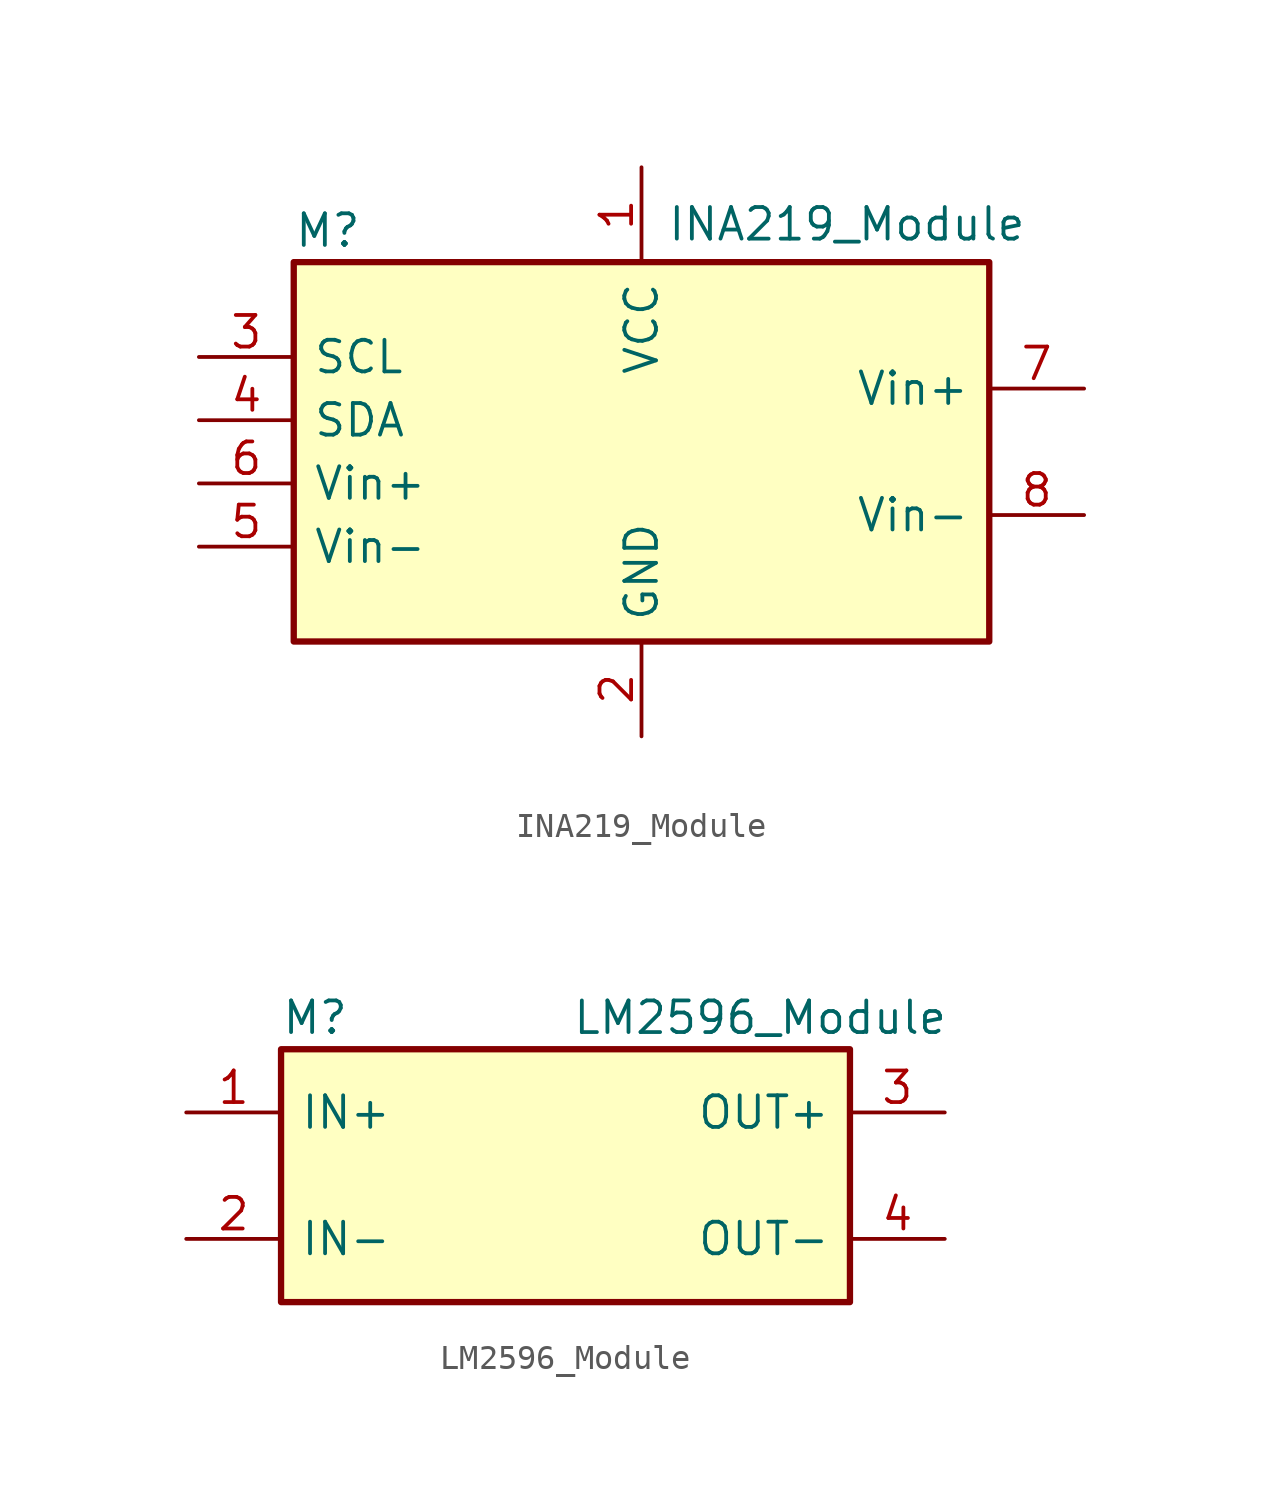
<source format=kicad_sym>
(kicad_symbol_lib
  (version 20241209)
  (generator "kicad_symbol_editor")
  (generator_version "9.0")
  (symbol "INA219_Module"
    (pin_names
      (offset 0.762))
    (property "Reference" "M"
      (at -13.97 8.89 0)
      (effects (font (size 1.27 1.27)) (justify left)))
    (property "Value" "INA219_Module"
      (at 1.016 9.144 0)
      (effects (font (size 1.27 1.27)) (justify left)))
    (symbol "INA219_Module_0_1"
      (rectangle (start -13.97 7.62) (end 13.97 -7.62) (stroke (width 0.254) (type default)) (fill (type background))))
    (symbol "INA219_Module_1_1"
      (pin bidirectional line (at -17.78 3.81 0) (length 3.81) (name "SCL" (effects (font (size 1.27 1.27)))) (number "3" (effects (font (size 1.27 1.27)))))
      (pin bidirectional line (at -17.78 1.27 0) (length 3.81) (name "SDA" (effects (font (size 1.27 1.27)))) (number "4" (effects (font (size 1.27 1.27)))))
      (pin power_in line (at -17.78 -1.27 0) (length 3.81) (name "Vin+" (effects (font (size 1.27 1.27)))) (number "6" (effects (font (size 1.27 1.27)))))
      (pin power_out line (at -17.78 -3.81 0) (length 3.81) (name "Vin-" (effects (font (size 1.27 1.27)))) (number "5" (effects (font (size 1.27 1.27)))))
      (pin power_in line (at 0 11.43 270) (length 3.81) (name "VCC" (effects (font (size 1.27 1.27)))) (number "1" (effects (font (size 1.27 1.27)))))
      (pin power_in line (at 0 -11.43 90) (length 3.81) (name "GND" (effects (font (size 1.27 1.27)))) (number "2" (effects (font (size 1.27 1.27)))))
      (pin power_in line (at 17.78 2.54 180) (length 3.81) (name "Vin+" (effects (font (size 1.27 1.27)))) (number "7" (effects (font (size 1.27 1.27)))))
      (pin power_out line (at 17.78 -2.54 180) (length 3.81) (name "Vin-" (effects (font (size 1.27 1.27)))) (number "8" (effects (font (size 1.27 1.27)))))))
  (symbol "LM2596_Module"
    (pin_names
      (offset 0.762))
    (property "Reference" "M"
      (at -11.43 6.35 0)
      (effects (font (size 1.27 1.27)) (justify left)))
    (property "Value" "LM2596_Module"
      (at 0.254 6.35 0)
      (effects (font (size 1.27 1.27)) (justify left)))
    (symbol "LM2596_Module_0_1"
      (rectangle (start -11.43 5.08) (end 11.43 -5.08) (stroke (width 0.254) (type default)) (fill (type background))))
    (symbol "LM2596_Module_1_1"
      (pin power_in line (at -15.24 2.54 0) (length 3.81) (name "IN+" (effects (font (size 1.27 1.27)))) (number "1" (effects (font (size 1.27 1.27)))))
      (pin power_in line (at -15.24 -2.54 0) (length 3.81) (name "IN-" (effects (font (size 1.27 1.27)))) (number "2" (effects (font (size 1.27 1.27)))))
      (pin power_out line (at 15.24 2.54 180) (length 3.81) (name "OUT+" (effects (font (size 1.27 1.27)))) (number "3" (effects (font (size 1.27 1.27)))))
      (pin power_out line (at 15.24 -2.54 180) (length 3.81) (name "OUT-" (effects (font (size 1.27 1.27)))) (number "4" (effects (font (size 1.27 1.27))))))))
</source>
